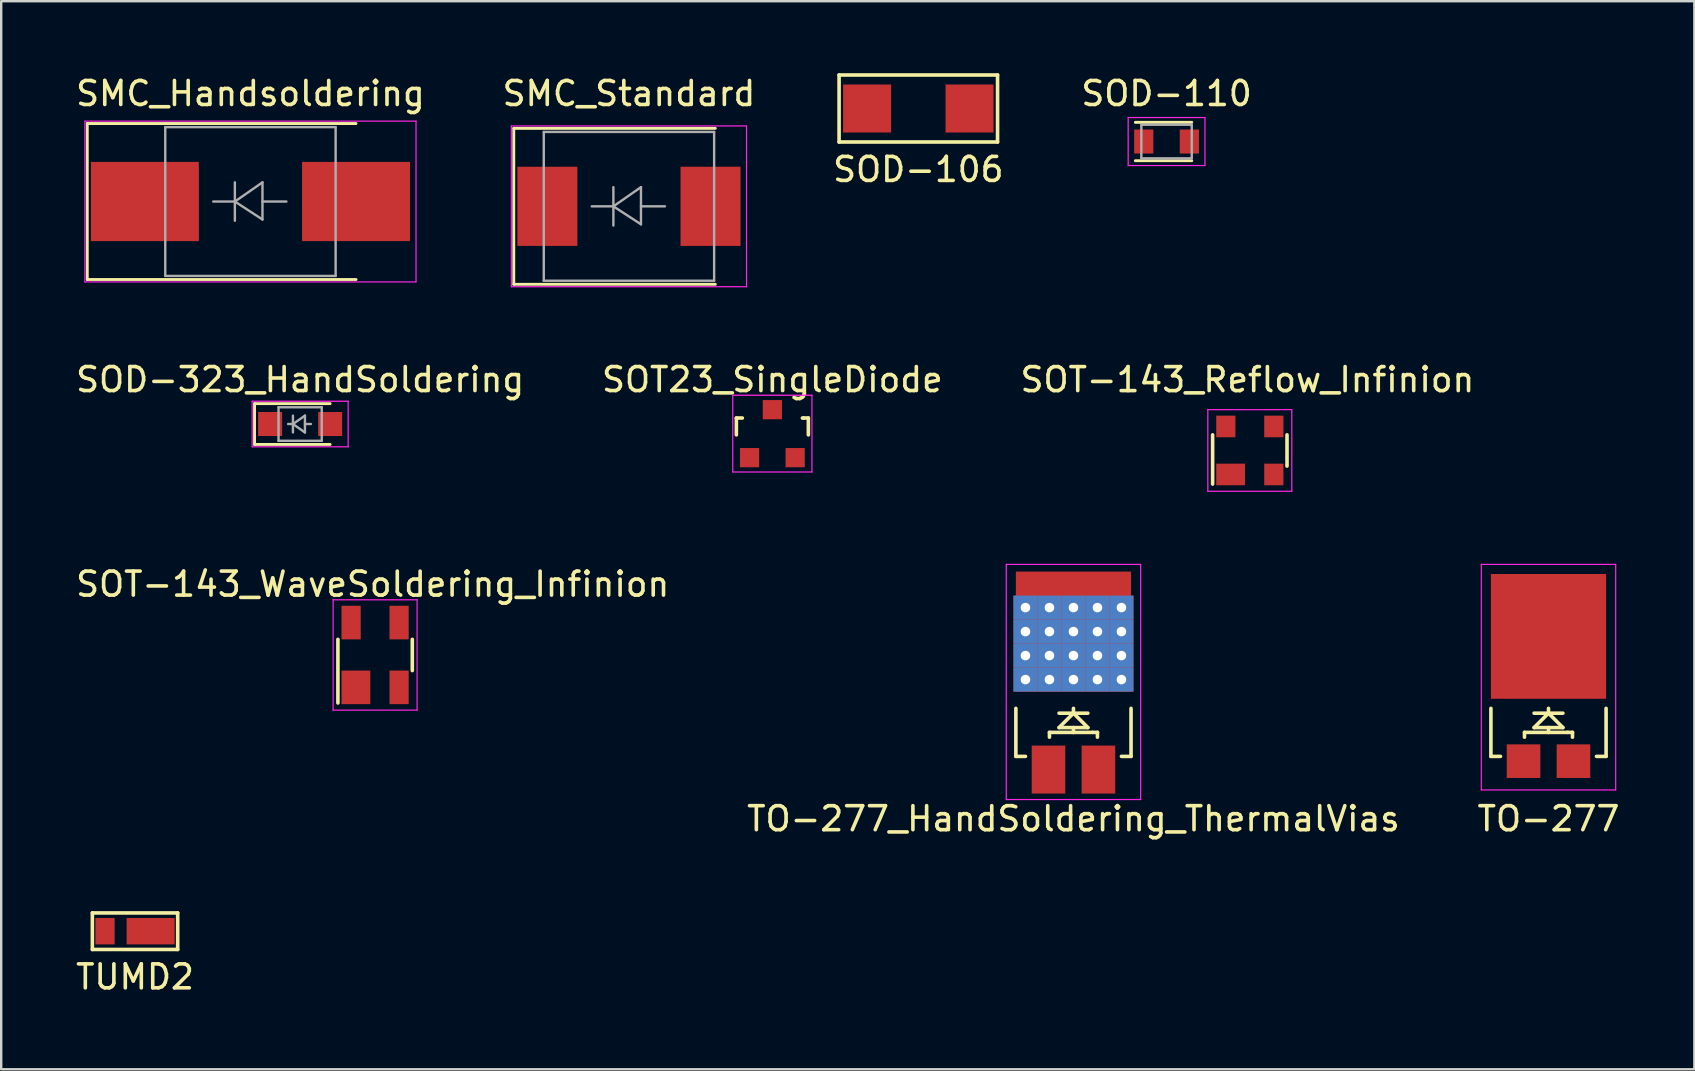
<source format=kicad_pcb>
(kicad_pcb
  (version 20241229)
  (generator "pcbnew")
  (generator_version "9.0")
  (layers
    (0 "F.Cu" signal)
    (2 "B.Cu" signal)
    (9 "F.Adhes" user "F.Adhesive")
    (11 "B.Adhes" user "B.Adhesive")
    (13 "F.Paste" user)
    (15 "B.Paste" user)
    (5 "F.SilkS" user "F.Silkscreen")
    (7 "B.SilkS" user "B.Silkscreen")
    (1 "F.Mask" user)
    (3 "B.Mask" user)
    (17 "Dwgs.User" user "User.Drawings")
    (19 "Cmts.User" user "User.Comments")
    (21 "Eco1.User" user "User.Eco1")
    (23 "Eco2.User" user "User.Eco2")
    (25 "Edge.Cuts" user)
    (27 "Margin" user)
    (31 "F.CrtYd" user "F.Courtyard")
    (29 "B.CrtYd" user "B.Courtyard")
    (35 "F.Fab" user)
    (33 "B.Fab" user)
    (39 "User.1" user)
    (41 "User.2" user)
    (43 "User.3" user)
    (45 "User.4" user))
  (footprint "SOD-106"
    (layer "F.Cu")
    (at 35.22 1.472)
    (property "Reference" "SOD-106" (at 0 2.54 0) (layer "F.SilkS") (effects (font (size 1 1) (thickness 0.15))))
    (attr through_hole)
    (fp_line (start -3.302 -1.397) (end -3.302 1.397) (stroke (width 0.15) (type solid)) (layer "F.SilkS"))
    (fp_line (start -3.302 1.397) (end 3.302 1.397) (stroke (width 0.15) (type solid)) (layer "F.SilkS"))
    (fp_line (start 3.302 -1.397) (end -3.302 -1.397) (stroke (width 0.15) (type solid)) (layer "F.SilkS"))
    (fp_line (start 3.302 1.397) (end 3.302 -1.397) (stroke (width 0.15) (type solid)) (layer "F.SilkS"))
    (pad "1" smd rect (at -2.134 0) (size 2 2) (layers "F.Cu" "F.Mask" "F.Paste"))
    (pad "2" smd rect (at 2.134 0) (size 2 2) (layers "F.Cu" "F.Mask" "F.Paste")))
  (footprint "SOT23_SingleDiode"
    (layer "F.Cu")
    (at 29.137 15.021)
    (property "Reference" "SOT23_SingleDiode" (at 0 -2.25 0) (layer "F.SilkS") (effects (font (size 1 1) (thickness 0.15))))
    (attr smd)
    (fp_line (start -1.5 -0.65) (end -1.251 -0.65) (stroke (width 0.15) (type solid)) (layer "F.SilkS"))
    (fp_line (start -1.5 0.051) (end -1.5 -0.65) (stroke (width 0.15) (type solid)) (layer "F.SilkS"))
    (fp_line (start 1.299 -0.65) (end 1.251 -0.65) (stroke (width 0.15) (type solid)) (layer "F.SilkS"))
    (fp_line (start 1.299 -0.65) (end 1.5 -0.65) (stroke (width 0.15) (type solid)) (layer "F.SilkS"))
    (fp_line (start 1.5 -0.65) (end 1.5 0.051) (stroke (width 0.15) (type solid)) (layer "F.SilkS"))
    (fp_line (start -1.65 -1.6) (end 1.65 -1.6) (stroke (width 0.05) (type solid)) (layer "F.CrtYd"))
    (fp_line (start -1.65 1.6) (end -1.65 -1.6) (stroke (width 0.05) (type solid)) (layer "F.CrtYd"))
    (fp_line (start 1.65 -1.6) (end 1.65 1.6) (stroke (width 0.05) (type solid)) (layer "F.CrtYd"))
    (fp_line (start 1.65 1.6) (end -1.65 1.6) (stroke (width 0.05) (type solid)) (layer "F.CrtYd"))
    (pad "" smd rect (at 0.95 1.001) (size 0.8 0.8) (layers "F.Cu" "F.Mask" "F.Paste"))
    (pad "1" smd rect (at 0 -0.998) (size 0.8 0.8) (layers "F.Cu" "F.Mask" "F.Paste"))
    (pad "2" smd rect (at -0.95 1.001) (size 0.8 0.8) (layers "F.Cu" "F.Mask" "F.Paste")))
  (footprint "SOD-110"
    (layer "F.Cu")
    (at 45.565 2.848)
    (property "Reference" "SOD-110" (at 0 -2 0) (layer "F.SilkS") (effects (font (size 1 1) (thickness 0.15))))
    (attr smd)
    (fp_line (start -1.3 -0.8) (end 1.05 -0.8) (stroke (width 0.12) (type solid)) (layer "F.SilkS"))
    (fp_line (start -1.3 0.8) (end 1.05 0.8) (stroke (width 0.12) (type solid)) (layer "F.SilkS"))
    (fp_line (start -1.6 -1) (end -1.6 1) (stroke (width 0.05) (type solid)) (layer "F.CrtYd"))
    (fp_line (start -1.6 -1) (end 1.6 -1) (stroke (width 0.05) (type solid)) (layer "F.CrtYd"))
    (fp_line (start 1.6 -1) (end 1.6 1) (stroke (width 0.05) (type solid)) (layer "F.CrtYd"))
    (fp_line (start 1.6 1) (end -1.6 1) (stroke (width 0.05) (type solid)) (layer "F.CrtYd"))
    (fp_line (start -1.05 -0.7) (end -1.05 0.7) (stroke (width 0.1) (type solid)) (layer "F.Fab"))
    (fp_line (start -1.05 0.7) (end 1.05 0.7) (stroke (width 0.1) (type solid)) (layer "F.Fab"))
    (fp_line (start 1.05 -0.7) (end -1.05 -0.7) (stroke (width 0.1) (type solid)) (layer "F.Fab"))
    (fp_line (start 1.05 0.7) (end 1.05 -0.7) (stroke (width 0.1) (type solid)) (layer "F.Fab"))
    (pad "1" smd rect (at -0.95 0) (size 0.8 1) (layers "F.Cu" "F.Mask" "F.Paste"))
    (pad "2" smd rect (at 0.95 0) (size 0.8 1) (layers "F.Cu" "F.Mask" "F.Paste")))
  (footprint "TO-277"
    (layer "F.Cu")
    (at 61.482 25.271)
    (property "Reference" "TO-277" (at 0 5.8 0) (layer "F.SilkS") (effects (font (size 1 1) (thickness 0.15))))
    (attr smd)
    (fp_line (start -2.4 3.2) (end -2.4 1.2) (stroke (width 0.15) (type solid)) (layer "F.SilkS"))
    (fp_line (start -2 3.2) (end -2.4 3.2) (stroke (width 0.15) (type solid)) (layer "F.SilkS"))
    (fp_line (start -1 2.2) (end -1 2.4) (stroke (width 0.15) (type solid)) (layer "F.SilkS"))
    (fp_line (start -0.6 1.4) (end 0.6 1.4) (stroke (width 0.15) (type solid)) (layer "F.SilkS"))
    (fp_line (start -0.6 2) (end 0 1.4) (stroke (width 0.15) (type solid)) (layer "F.SilkS"))
    (fp_line (start 0 1.2) (end 0 1.4) (stroke (width 0.15) (type solid)) (layer "F.SilkS"))
    (fp_line (start 0 1.4) (end 0.6 2) (stroke (width 0.15) (type solid)) (layer "F.SilkS"))
    (fp_line (start 0 2.2) (end -1 2.2) (stroke (width 0.15) (type solid)) (layer "F.SilkS"))
    (fp_line (start 0 2.2) (end 0 2) (stroke (width 0.15) (type solid)) (layer "F.SilkS"))
    (fp_line (start 0.6 2) (end -0.6 2) (stroke (width 0.15) (type solid)) (layer "F.SilkS"))
    (fp_line (start 0.8 2.2) (end 0 2.2) (stroke (width 0.15) (type solid)) (layer "F.SilkS"))
    (fp_line (start 0.8 2.2) (end 1 2.2) (stroke (width 0.15) (type solid)) (layer "F.SilkS"))
    (fp_line (start 1 2.2) (end 1 2.4) (stroke (width 0.15) (type solid)) (layer "F.SilkS"))
    (fp_line (start 2 3.2) (end 2.4 3.2) (stroke (width 0.15) (type solid)) (layer "F.SilkS"))
    (fp_line (start 2.4 3.2) (end 2.4 1.2) (stroke (width 0.15) (type solid)) (layer "F.SilkS"))
    (fp_line (start -2.8 -4.8) (end 2.8 -4.8) (stroke (width 0.05) (type solid)) (layer "F.CrtYd"))
    (fp_line (start -2.8 4.6) (end -2.8 -4.8) (stroke (width 0.05) (type solid)) (layer "F.CrtYd"))
    (fp_line (start 2.8 -4.8) (end 2.8 4.6) (stroke (width 0.05) (type solid)) (layer "F.CrtYd"))
    (fp_line (start 2.8 4.6) (end -2.8 4.6) (stroke (width 0.05) (type solid)) (layer "F.CrtYd"))
    (pad "1" smd rect (at 0 -1.8) (size 4.8 5.2) (layers "F.Cu" "F.Mask" "F.Paste"))
    (pad "2" smd rect (at -1.04 3.4) (size 1.4 1.4) (layers "F.Cu" "F.Mask" "F.Paste"))
    (pad "2" smd rect (at 1.04 3.4) (size 1.4 1.4) (layers "F.Cu" "F.Mask" "F.Paste")))
  (footprint "SOT-143_Reflow_Infinion"
    (layer "F.Cu")
    (at 49.035 15.722)
    (property "Reference" "SOT-143_Reflow_Infinion" (at -0.1 -2.95 0) (layer "F.SilkS") (effects (font (size 1 1) (thickness 0.15))))
    (attr smd)
    (fp_line (start -1.55 -0.65) (end -1.55 1.4) (stroke (width 0.15) (type solid)) (layer "F.SilkS"))
    (fp_line (start 1.55 -0.65) (end 1.55 0.65) (stroke (width 0.15) (type solid)) (layer "F.SilkS"))
    (fp_line (start -1.75 -1.7) (end 1.75 -1.7) (stroke (width 0.05) (type solid)) (layer "F.CrtYd"))
    (fp_line (start -1.75 1.7) (end -1.75 -1.7) (stroke (width 0.05) (type solid)) (layer "F.CrtYd"))
    (fp_line (start 1.75 -1.7) (end 1.75 1.7) (stroke (width 0.05) (type solid)) (layer "F.CrtYd"))
    (fp_line (start 1.75 1.7) (end -1.75 1.7) (stroke (width 0.05) (type solid)) (layer "F.CrtYd"))
    (pad "1" smd rect (at -0.8 1) (size 1.2 0.9) (layers "F.Cu" "F.Mask" "F.Paste"))
    (pad "2" smd rect (at 1 1) (size 0.8 0.9) (layers "F.Cu" "F.Mask" "F.Paste"))
    (pad "3" smd rect (at 1 -1) (size 0.8 0.9) (layers "F.Cu" "F.Mask" "F.Paste"))
    (pad "4" smd rect (at -1 -1) (size 0.8 0.9) (layers "F.Cu" "F.Mask" "F.Paste")))
  (footprint "TO-277_HandSoldering_ThermalVias"
    (layer "F.Cu")
    (at 41.685 25.271)
    (property "Reference" "TO-277_HandSoldering_ThermalVias" (at 0 5.8 0) (layer "F.SilkS") (effects (font (size 1 1) (thickness 0.15))))
    (attr smd)
    (fp_line (start -2.4 3.2) (end -2.4 1.2) (stroke (width 0.15) (type solid)) (layer "F.SilkS"))
    (fp_line (start -2 3.2) (end -2.4 3.2) (stroke (width 0.15) (type solid)) (layer "F.SilkS"))
    (fp_line (start -1 2.2) (end -1 2.4) (stroke (width 0.15) (type solid)) (layer "F.SilkS"))
    (fp_line (start -0.6 1.4) (end 0.6 1.4) (stroke (width 0.15) (type solid)) (layer "F.SilkS"))
    (fp_line (start -0.6 2) (end 0 1.4) (stroke (width 0.15) (type solid)) (layer "F.SilkS"))
    (fp_line (start 0 1.2) (end 0 1.4) (stroke (width 0.15) (type solid)) (layer "F.SilkS"))
    (fp_line (start 0 1.4) (end 0.6 2) (stroke (width 0.15) (type solid)) (layer "F.SilkS"))
    (fp_line (start 0 2.2) (end -1 2.2) (stroke (width 0.15) (type solid)) (layer "F.SilkS"))
    (fp_line (start 0 2.2) (end 0 2) (stroke (width 0.15) (type solid)) (layer "F.SilkS"))
    (fp_line (start 0.6 2) (end -0.6 2) (stroke (width 0.15) (type solid)) (layer "F.SilkS"))
    (fp_line (start 0.8 2.2) (end 0 2.2) (stroke (width 0.15) (type solid)) (layer "F.SilkS"))
    (fp_line (start 0.8 2.2) (end 1 2.2) (stroke (width 0.15) (type solid)) (layer "F.SilkS"))
    (fp_line (start 1 2.2) (end 1 2.4) (stroke (width 0.15) (type solid)) (layer "F.SilkS"))
    (fp_line (start 2 3.2) (end 2.4 3.2) (stroke (width 0.15) (type solid)) (layer "F.SilkS"))
    (fp_line (start 2.4 3.2) (end 2.4 1.2) (stroke (width 0.15) (type solid)) (layer "F.SilkS"))
    (fp_line (start -2.8 -4.8) (end 2.8 -4.8) (stroke (width 0.05) (type solid)) (layer "F.CrtYd"))
    (fp_line (start -2.8 5) (end -2.8 -4.8) (stroke (width 0.05) (type solid)) (layer "F.CrtYd"))
    (fp_line (start 2.8 -4.8) (end 2.8 5) (stroke (width 0.05) (type solid)) (layer "F.CrtYd"))
    (fp_line (start 2.8 5) (end -2.8 5) (stroke (width 0.05) (type solid)) (layer "F.CrtYd"))
    (pad "1" thru_hole rect (at -2 -3) (size 1 1) (drill 0.4) (layers "*.Cu" "*.Mask"))
    (pad "1" thru_hole rect (at -2 -2) (size 1 1) (drill 0.4) (layers "*.Cu" "*.Mask"))
    (pad "1" thru_hole rect (at -2 -1) (size 1 1) (drill 0.4) (layers "*.Cu" "*.Mask"))
    (pad "1" thru_hole rect (at -2 0) (size 1 1) (drill 0.4) (layers "*.Cu" "*.Mask"))
    (pad "1" thru_hole rect (at -1 -3) (size 1 1) (drill 0.4) (layers "*.Cu" "*.Mask"))
    (pad "1" thru_hole rect (at -1 -2) (size 1 1) (drill 0.4) (layers "*.Cu" "*.Mask"))
    (pad "1" thru_hole rect (at -1 -1) (size 1 1) (drill 0.4) (layers "*.Cu" "*.Mask"))
    (pad "1" thru_hole rect (at -1 0) (size 1 1) (drill 0.4) (layers "*.Cu" "*.Mask"))
    (pad "1" thru_hole rect (at 0 -3) (size 1 1) (drill 0.4) (layers "*.Cu" "*.Mask"))
    (pad "1" thru_hole rect (at 0 -2) (size 1 1) (drill 0.4) (layers "*.Cu" "*.Mask"))
    (pad "1" thru_hole rect (at 0 -1) (size 1 1) (drill 0.4) (layers "*.Cu" "*.Mask"))
    (pad "1" thru_hole rect (at 0 0) (size 1 1) (drill 0.4) (layers "*.Cu" "*.Mask"))
    (pad "1" thru_hole rect (at 1 -3) (size 1 1) (drill 0.4) (layers "*.Cu" "*.Mask"))
    (pad "1" thru_hole rect (at 1 -2) (size 1 1) (drill 0.4) (layers "*.Cu" "*.Mask"))
    (pad "1" thru_hole rect (at 1 -1) (size 1 1) (drill 0.4) (layers "*.Cu" "*.Mask"))
    (pad "1" thru_hole rect (at 1 0) (size 1 1) (drill 0.4) (layers "*.Cu" "*.Mask"))
    (pad "1" thru_hole rect (at 2 -3) (size 1 1) (drill 0.4) (layers "*.Cu" "*.Mask"))
    (pad "1" thru_hole rect (at 2 -2) (size 1 1) (drill 0.4) (layers "*.Cu" "*.Mask"))
    (pad "1" thru_hole rect (at 2 -1) (size 1 1) (drill 0.4) (layers "*.Cu" "*.Mask"))
    (pad "1" thru_hole rect (at 2 0) (size 1 1) (drill 0.4) (layers "*.Cu" "*.Mask"))
    (pad "2" smd rect (at -1.04 3.75) (size 1.4 2) (layers "F.Cu" "F.Mask" "F.Paste"))
    (pad "2" smd rect (at 1.04 3.75) (size 1.4 2) (layers "F.Cu" "F.Mask" "F.Paste"))
    (pad "e1" smd rect (at 0 -2) (size 4.8 5) (layers "F.Cu" "F.Mask" "F.Paste")))
  (footprint "SMC_Standard"
    (layer "F.Cu")
    (at 23.161 5.548)
    (property "Reference" "SMC_Standard" (at 0 -4.7 0) (layer "F.SilkS") (effects (font (size 1 1) (thickness 0.15))))
    (attr smd)
    (fp_line (start -4.8 -3.25) (end 3.6 -3.25) (stroke (width 0.12) (type solid)) (layer "F.SilkS"))
    (fp_line (start -4.8 3.25) (end -4.8 -3.25) (stroke (width 0.12) (type solid)) (layer "F.SilkS"))
    (fp_line (start -4.8 3.25) (end 3.6 3.25) (stroke (width 0.12) (type solid)) (layer "F.SilkS"))
    (fp_line (start -4.9 -3.35) (end 4.9 -3.35) (stroke (width 0.05) (type solid)) (layer "F.CrtYd"))
    (fp_line (start -4.9 3.35) (end -4.9 -3.35) (stroke (width 0.05) (type solid)) (layer "F.CrtYd"))
    (fp_line (start 4.9 -3.35) (end 4.9 3.35) (stroke (width 0.05) (type solid)) (layer "F.CrtYd"))
    (fp_line (start 4.9 3.35) (end -4.9 3.35) (stroke (width 0.05) (type solid)) (layer "F.CrtYd"))
    (fp_line (start -3.55 3.1) (end -3.55 -3.1) (stroke (width 0.1) (type solid)) (layer "F.Fab"))
    (fp_line (start -0.649 -0.799) (end -0.649 0.801) (stroke (width 0.1) (type solid)) (layer "F.Fab"))
    (fp_line (start -0.649 0.001) (end -1.551 0.001) (stroke (width 0.1) (type solid)) (layer "F.Fab"))
    (fp_line (start -0.649 0.001) (end 0.501 -0.799) (stroke (width 0.1) (type solid)) (layer "F.Fab"))
    (fp_line (start -0.649 0.001) (end 0.501 0.75) (stroke (width 0.1) (type solid)) (layer "F.Fab"))
    (fp_line (start 0.501 0.001) (end 1.499 0.001) (stroke (width 0.1) (type solid)) (layer "F.Fab"))
    (fp_line (start 0.501 0.75) (end 0.501 -0.799) (stroke (width 0.1) (type solid)) (layer "F.Fab"))
    (fp_line (start 3.55 -3.1) (end -3.55 -3.1) (stroke (width 0.1) (type solid)) (layer "F.Fab"))
    (fp_line (start 3.55 -3.1) (end 3.55 3.1) (stroke (width 0.1) (type solid)) (layer "F.Fab"))
    (fp_line (start 3.55 3.1) (end -3.55 3.1) (stroke (width 0.1) (type solid)) (layer "F.Fab"))
    (pad "1" smd rect (at -3.4 0 90) (size 3.3 2.5) (layers "F.Cu" "F.Mask" "F.Paste"))
    (pad "2" smd rect (at 3.4 0 90) (size 3.3 2.5) (layers "F.Cu" "F.Mask" "F.Paste")))
  (footprint "SMC_Handsoldering"
    (layer "F.Cu")
    (at 7.387 5.348)
    (property "Reference" "SMC_Handsoldering" (at 0 -4.5 0) (layer "F.SilkS") (effects (font (size 1 1) (thickness 0.15))))
    (attr smd)
    (fp_line (start -6.8 -3.25) (end 4.4 -3.25) (stroke (width 0.12) (type solid)) (layer "F.SilkS"))
    (fp_line (start -6.8 3.25) (end -6.8 -3.25) (stroke (width 0.12) (type solid)) (layer "F.SilkS"))
    (fp_line (start -6.8 3.25) (end 4.4 3.25) (stroke (width 0.12) (type solid)) (layer "F.SilkS"))
    (fp_line (start -6.9 -3.35) (end 6.9 -3.35) (stroke (width 0.05) (type solid)) (layer "F.CrtYd"))
    (fp_line (start -6.9 3.35) (end -6.9 -3.35) (stroke (width 0.05) (type solid)) (layer "F.CrtYd"))
    (fp_line (start 6.9 -3.35) (end 6.9 3.35) (stroke (width 0.05) (type solid)) (layer "F.CrtYd"))
    (fp_line (start 6.9 3.35) (end -6.9 3.35) (stroke (width 0.05) (type solid)) (layer "F.CrtYd"))
    (fp_line (start -3.55 3.1) (end -3.55 -3.1) (stroke (width 0.1) (type solid)) (layer "F.Fab"))
    (fp_line (start -0.649 -0.799) (end -0.649 0.801) (stroke (width 0.1) (type solid)) (layer "F.Fab"))
    (fp_line (start -0.649 0.001) (end -1.551 0.001) (stroke (width 0.1) (type solid)) (layer "F.Fab"))
    (fp_line (start -0.649 0.001) (end 0.501 -0.799) (stroke (width 0.1) (type solid)) (layer "F.Fab"))
    (fp_line (start -0.649 0.001) (end 0.501 0.75) (stroke (width 0.1) (type solid)) (layer "F.Fab"))
    (fp_line (start 0.501 0.001) (end 1.499 0.001) (stroke (width 0.1) (type solid)) (layer "F.Fab"))
    (fp_line (start 0.501 0.75) (end 0.501 -0.799) (stroke (width 0.1) (type solid)) (layer "F.Fab"))
    (fp_line (start 3.55 -3.1) (end -3.55 -3.1) (stroke (width 0.1) (type solid)) (layer "F.Fab"))
    (fp_line (start 3.55 -3.1) (end 3.55 3.1) (stroke (width 0.1) (type solid)) (layer "F.Fab"))
    (fp_line (start 3.55 3.1) (end -3.55 3.1) (stroke (width 0.1) (type solid)) (layer "F.Fab"))
    (pad "1" smd rect (at -4.4 0 90) (size 3.3 4.5) (layers "F.Cu" "F.Mask" "F.Paste"))
    (pad "2" smd rect (at 4.4 0 90) (size 3.3 4.5) (layers "F.Cu" "F.Mask" "F.Paste")))
  (footprint "SOT-143_WaveSoldering_Infinion"
    (layer "F.Cu")
    (at 12.582 24.245)
    (property "Reference" "SOT-143_WaveSoldering_Infinion" (at -0.1 -2.95 0) (layer "F.SilkS") (effects (font (size 1 1) (thickness 0.15))))
    (attr smd)
    (fp_line (start -1.55 -0.65) (end -1.55 2) (stroke (width 0.15) (type solid)) (layer "F.SilkS"))
    (fp_line (start 1.55 -0.65) (end 1.55 0.65) (stroke (width 0.15) (type solid)) (layer "F.SilkS"))
    (fp_line (start -1.75 -2.3) (end 1.75 -2.3) (stroke (width 0.05) (type solid)) (layer "F.CrtYd"))
    (fp_line (start -1.75 2.3) (end -1.75 -2.3) (stroke (width 0.05) (type solid)) (layer "F.CrtYd"))
    (fp_line (start 1.75 -2.3) (end 1.75 2.3) (stroke (width 0.05) (type solid)) (layer "F.CrtYd"))
    (fp_line (start 1.75 2.3) (end -1.75 2.3) (stroke (width 0.05) (type solid)) (layer "F.CrtYd"))
    (pad "1" smd rect (at -0.8 1.35) (size 1.2 1.4) (layers "F.Cu" "F.Mask" "F.Paste"))
    (pad "2" smd rect (at 1 1.35) (size 0.8 1.4) (layers "F.Cu" "F.Mask" "F.Paste"))
    (pad "3" smd rect (at 1 -1.35) (size 0.8 1.4) (layers "F.Cu" "F.Mask" "F.Paste"))
    (pad "4" smd rect (at -1 -1.35) (size 0.8 1.4) (layers "F.Cu" "F.Mask" "F.Paste")))
  (footprint "SOD-323_HandSoldering"
    (layer "F.Cu")
    (at 9.458 14.621)
    (property "Reference" "SOD-323_HandSoldering" (at 0 -1.85 0) (layer "F.SilkS") (effects (font (size 1 1) (thickness 0.15))))
    (attr smd)
    (fp_line (start -1.9 -0.85) (end -1.9 0.85) (stroke (width 0.12) (type solid)) (layer "F.SilkS"))
    (fp_line (start -1.9 -0.85) (end 1.25 -0.85) (stroke (width 0.12) (type solid)) (layer "F.SilkS"))
    (fp_line (start -1.9 0.85) (end 1.25 0.85) (stroke (width 0.12) (type solid)) (layer "F.SilkS"))
    (fp_line (start -2 -0.95) (end -2 0.95) (stroke (width 0.05) (type solid)) (layer "F.CrtYd"))
    (fp_line (start -2 -0.95) (end 2 -0.95) (stroke (width 0.05) (type solid)) (layer "F.CrtYd"))
    (fp_line (start -2 0.95) (end 2 0.95) (stroke (width 0.05) (type solid)) (layer "F.CrtYd"))
    (fp_line (start 2 -0.95) (end 2 0.95) (stroke (width 0.05) (type solid)) (layer "F.CrtYd"))
    (fp_line (start -0.9 -0.7) (end 0.9 -0.7) (stroke (width 0.1) (type solid)) (layer "F.Fab"))
    (fp_line (start -0.9 0.7) (end -0.9 -0.7) (stroke (width 0.1) (type solid)) (layer "F.Fab"))
    (fp_line (start -0.3 -0.35) (end -0.3 0.35) (stroke (width 0.1) (type solid)) (layer "F.Fab"))
    (fp_line (start -0.3 0) (end -0.5 0) (stroke (width 0.1) (type solid)) (layer "F.Fab"))
    (fp_line (start -0.3 0) (end 0.2 -0.35) (stroke (width 0.1) (type solid)) (layer "F.Fab"))
    (fp_line (start 0.2 -0.35) (end 0.2 0.35) (stroke (width 0.1) (type solid)) (layer "F.Fab"))
    (fp_line (start 0.2 0) (end 0.45 0) (stroke (width 0.1) (type solid)) (layer "F.Fab"))
    (fp_line (start 0.2 0.35) (end -0.3 0) (stroke (width 0.1) (type solid)) (layer "F.Fab"))
    (fp_line (start 0.9 -0.7) (end 0.9 0.7) (stroke (width 0.1) (type solid)) (layer "F.Fab"))
    (fp_line (start 0.9 0.7) (end -0.9 0.7) (stroke (width 0.1) (type solid)) (layer "F.Fab"))
    (pad "1" smd rect (at -1.25 0) (size 1 1) (layers "F.Cu" "F.Mask" "F.Paste"))
    (pad "2" smd rect (at 1.25 0) (size 1 1) (layers "F.Cu" "F.Mask" "F.Paste")))
  (footprint "TUMD2"
    (layer "F.Cu")
    (at 2.577 35.757)
    (property "Reference" "TUMD2" (at 0 1.905 0) (layer "F.SilkS") (effects (font (size 1 1) (thickness 0.15))))
    (attr through_hole)
    (fp_line (start -1.778 -0.762) (end -1.778 0.762) (stroke (width 0.15) (type solid)) (layer "F.SilkS"))
    (fp_line (start -1.778 0.762) (end 1.778 0.762) (stroke (width 0.15) (type solid)) (layer "F.SilkS"))
    (fp_line (start 1.778 -0.762) (end -1.778 -0.762) (stroke (width 0.15) (type solid)) (layer "F.SilkS"))
    (fp_line (start 1.778 0.762) (end 1.778 -0.762) (stroke (width 0.15) (type solid)) (layer "F.SilkS"))
    (pad "1" smd rect (at -1.25 0) (size 0.8 1.1) (layers "F.Cu" "F.Mask" "F.Paste"))
    (pad "2" smd rect (at 0.65 0) (size 2 1.1) (layers "F.Cu" "F.Mask" "F.Paste")))
  (gr_rect
    (start -3 -3)
    (end 67.56 41.51)
    (stroke (width 0.1) (type default))
    (fill no)
    (layer "Edge.Cuts")))
</source>
